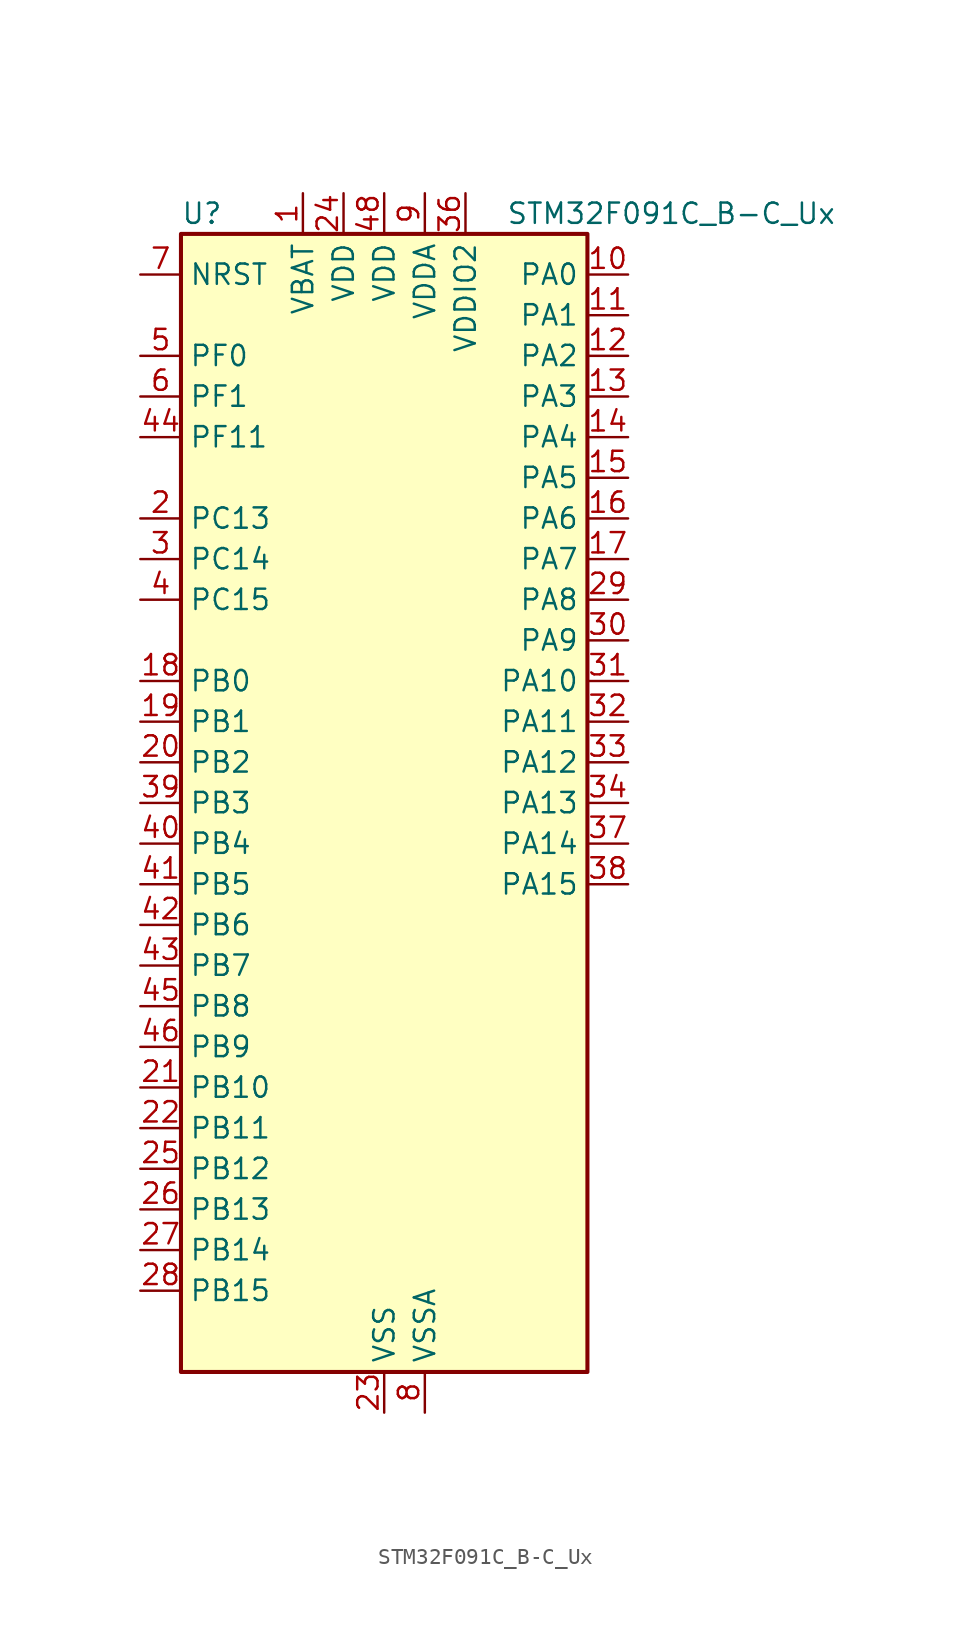
<source format=kicad_sym>
(kicad_symbol_lib
  (version 20231120)
  (generator "kicad_symbol_editor")
  (generator_version "8.0")
  (symbol "STM32F091C_B-C_Ux"
    (property "Reference" "U"
      (at -12.7 36.83 0)
      (effects (font (size 1.27 1.27)) (justify left)))
    (property "Value" "STM32F091C_B-C_Ux"
      (at 7.62 36.83 0)
      (effects (font (size 1.27 1.27)) (justify left)))
    (property "ki_locked" ""
      (at 0 0 0)
      (effects (font (size 1.27 1.27))))
    (symbol "STM32F091C_B-C_Ux_0_1"
      (rectangle (start -12.7 -35.56) (end 12.7 35.56) (stroke (width 0.254) (type default)) (fill (type background))))
    (symbol "STM32F091C_B-C_Ux_1_1"
      (pin power_in line (at -5.08 38.1 270) (length 2.54) (name "VBAT" (effects (font (size 1.27 1.27)))) (number "1" (effects (font (size 1.27 1.27)))))
      (pin bidirectional line (at 15.24 33.02 180) (length 2.54) (name "PA0" (effects (font (size 1.27 1.27)))) (number "10" (effects (font (size 1.27 1.27)))) (alternate "ADC_IN0" bidirectional line) (alternate "COMP1_INM" bidirectional line) (alternate "COMP1_OUT" bidirectional line) (alternate "RTC_TAMP2" bidirectional line) (alternate "SYS_WKUP1" bidirectional line) (alternate "TIM2_CH1" bidirectional line) (alternate "TIM2_ETR" bidirectional line) (alternate "TSC_G1_IO1" bidirectional line) (alternate "USART2_CTS" bidirectional line) (alternate "USART4_TX" bidirectional line))
      (pin bidirectional line (at 15.24 30.48 180) (length 2.54) (name "PA1" (effects (font (size 1.27 1.27)))) (number "11" (effects (font (size 1.27 1.27)))) (alternate "ADC_IN1" bidirectional line) (alternate "COMP1_INP" bidirectional line) (alternate "TIM15_CH1N" bidirectional line) (alternate "TIM2_CH2" bidirectional line) (alternate "TSC_G1_IO2" bidirectional line) (alternate "USART2_DE" bidirectional line) (alternate "USART2_RTS" bidirectional line) (alternate "USART4_RX" bidirectional line))
      (pin bidirectional line (at 15.24 27.94 180) (length 2.54) (name "PA2" (effects (font (size 1.27 1.27)))) (number "12" (effects (font (size 1.27 1.27)))) (alternate "ADC_IN2" bidirectional line) (alternate "COMP2_INM" bidirectional line) (alternate "COMP2_OUT" bidirectional line) (alternate "SYS_WKUP4" bidirectional line) (alternate "TIM15_CH1" bidirectional line) (alternate "TIM2_CH3" bidirectional line) (alternate "TSC_G1_IO3" bidirectional line) (alternate "USART2_TX" bidirectional line))
      (pin bidirectional line (at 15.24 25.4 180) (length 2.54) (name "PA3" (effects (font (size 1.27 1.27)))) (number "13" (effects (font (size 1.27 1.27)))) (alternate "ADC_IN3" bidirectional line) (alternate "COMP2_INP" bidirectional line) (alternate "TIM15_CH2" bidirectional line) (alternate "TIM2_CH4" bidirectional line) (alternate "TSC_G1_IO4" bidirectional line) (alternate "USART2_RX" bidirectional line))
      (pin bidirectional line (at 15.24 22.86 180) (length 2.54) (name "PA4" (effects (font (size 1.27 1.27)))) (number "14" (effects (font (size 1.27 1.27)))) (alternate "ADC_IN4" bidirectional line) (alternate "COMP1_INM" bidirectional line) (alternate "COMP2_INM" bidirectional line) (alternate "DAC_OUT1" bidirectional line) (alternate "I2S1_WS" bidirectional line) (alternate "SPI1_NSS" bidirectional line) (alternate "TIM14_CH1" bidirectional line) (alternate "TSC_G2_IO1" bidirectional line) (alternate "USART2_CK" bidirectional line) (alternate "USART6_TX" bidirectional line))
      (pin bidirectional line (at 15.24 20.32 180) (length 2.54) (name "PA5" (effects (font (size 1.27 1.27)))) (number "15" (effects (font (size 1.27 1.27)))) (alternate "ADC_IN5" bidirectional line) (alternate "CEC" bidirectional line) (alternate "COMP1_INM" bidirectional line) (alternate "COMP2_INM" bidirectional line) (alternate "DAC_OUT2" bidirectional line) (alternate "I2S1_CK" bidirectional line) (alternate "SPI1_SCK" bidirectional line) (alternate "TIM2_CH1" bidirectional line) (alternate "TIM2_ETR" bidirectional line) (alternate "TSC_G2_IO2" bidirectional line) (alternate "USART6_RX" bidirectional line))
      (pin bidirectional line (at 15.24 17.78 180) (length 2.54) (name "PA6" (effects (font (size 1.27 1.27)))) (number "16" (effects (font (size 1.27 1.27)))) (alternate "ADC_IN6" bidirectional line) (alternate "COMP1_OUT" bidirectional line) (alternate "I2S1_MCK" bidirectional line) (alternate "SPI1_MISO" bidirectional line) (alternate "TIM16_CH1" bidirectional line) (alternate "TIM1_BKIN" bidirectional line) (alternate "TIM3_CH1" bidirectional line) (alternate "TSC_G2_IO3" bidirectional line) (alternate "USART3_CTS" bidirectional line))
      (pin bidirectional line (at 15.24 15.24 180) (length 2.54) (name "PA7" (effects (font (size 1.27 1.27)))) (number "17" (effects (font (size 1.27 1.27)))) (alternate "ADC_IN7" bidirectional line) (alternate "COMP2_OUT" bidirectional line) (alternate "I2S1_SD" bidirectional line) (alternate "SPI1_MOSI" bidirectional line) (alternate "TIM14_CH1" bidirectional line) (alternate "TIM17_CH1" bidirectional line) (alternate "TIM1_CH1N" bidirectional line) (alternate "TIM3_CH2" bidirectional line) (alternate "TSC_G2_IO4" bidirectional line))
      (pin bidirectional line (at -15.24 7.62 0) (length 2.54) (name "PB0" (effects (font (size 1.27 1.27)))) (number "18" (effects (font (size 1.27 1.27)))) (alternate "ADC_IN8" bidirectional line) (alternate "TIM1_CH2N" bidirectional line) (alternate "TIM3_CH3" bidirectional line) (alternate "TSC_G3_IO2" bidirectional line) (alternate "USART3_CK" bidirectional line))
      (pin bidirectional line (at -15.24 5.08 0) (length 2.54) (name "PB1" (effects (font (size 1.27 1.27)))) (number "19" (effects (font (size 1.27 1.27)))) (alternate "ADC_IN9" bidirectional line) (alternate "TIM14_CH1" bidirectional line) (alternate "TIM1_CH3N" bidirectional line) (alternate "TIM3_CH4" bidirectional line) (alternate "TSC_G3_IO3" bidirectional line) (alternate "USART3_DE" bidirectional line) (alternate "USART3_RTS" bidirectional line))
      (pin bidirectional line (at -15.24 17.78 0) (length 2.54) (name "PC13" (effects (font (size 1.27 1.27)))) (number "2" (effects (font (size 1.27 1.27)))) (alternate "RTC_OUT_ALARM" bidirectional line) (alternate "RTC_OUT_CALIB" bidirectional line) (alternate "RTC_TAMP1" bidirectional line) (alternate "RTC_TS" bidirectional line) (alternate "SYS_WKUP2" bidirectional line))
      (pin bidirectional line (at -15.24 2.54 0) (length 2.54) (name "PB2" (effects (font (size 1.27 1.27)))) (number "20" (effects (font (size 1.27 1.27)))) (alternate "TSC_G3_IO4" bidirectional line))
      (pin bidirectional line (at -15.24 -17.78 0) (length 2.54) (name "PB10" (effects (font (size 1.27 1.27)))) (number "21" (effects (font (size 1.27 1.27)))) (alternate "CEC" bidirectional line) (alternate "I2C2_SCL" bidirectional line) (alternate "I2S2_CK" bidirectional line) (alternate "SPI2_SCK" bidirectional line) (alternate "TIM2_CH3" bidirectional line) (alternate "TSC_SYNC" bidirectional line) (alternate "USART3_TX" bidirectional line))
      (pin bidirectional line (at -15.24 -20.32 0) (length 2.54) (name "PB11" (effects (font (size 1.27 1.27)))) (number "22" (effects (font (size 1.27 1.27)))) (alternate "I2C2_SDA" bidirectional line) (alternate "TIM2_CH4" bidirectional line) (alternate "TSC_G6_IO1" bidirectional line) (alternate "USART3_RX" bidirectional line))
      (pin power_in line (at 0 -38.1 90) (length 2.54) (name "VSS" (effects (font (size 1.27 1.27)))) (number "23" (effects (font (size 1.27 1.27)))))
      (pin power_in line (at -2.54 38.1 270) (length 2.54) (name "VDD" (effects (font (size 1.27 1.27)))) (number "24" (effects (font (size 1.27 1.27)))))
      (pin bidirectional line (at -15.24 -22.86 0) (length 2.54) (name "PB12" (effects (font (size 1.27 1.27)))) (number "25" (effects (font (size 1.27 1.27)))) (alternate "I2S2_WS" bidirectional line) (alternate "SPI2_NSS" bidirectional line) (alternate "TIM15_BKIN" bidirectional line) (alternate "TIM1_BKIN" bidirectional line) (alternate "TSC_G6_IO2" bidirectional line) (alternate "USART3_CK" bidirectional line))
      (pin bidirectional line (at -15.24 -25.4 0) (length 2.54) (name "PB13" (effects (font (size 1.27 1.27)))) (number "26" (effects (font (size 1.27 1.27)))) (alternate "I2C2_SCL" bidirectional line) (alternate "I2S2_CK" bidirectional line) (alternate "SPI2_SCK" bidirectional line) (alternate "TIM1_CH1N" bidirectional line) (alternate "TSC_G6_IO3" bidirectional line) (alternate "USART3_CTS" bidirectional line))
      (pin bidirectional line (at -15.24 -27.94 0) (length 2.54) (name "PB14" (effects (font (size 1.27 1.27)))) (number "27" (effects (font (size 1.27 1.27)))) (alternate "I2C2_SDA" bidirectional line) (alternate "I2S2_MCK" bidirectional line) (alternate "SPI2_MISO" bidirectional line) (alternate "TIM15_CH1" bidirectional line) (alternate "TIM1_CH2N" bidirectional line) (alternate "TSC_G6_IO4" bidirectional line) (alternate "USART3_DE" bidirectional line) (alternate "USART3_RTS" bidirectional line))
      (pin bidirectional line (at -15.24 -30.48 0) (length 2.54) (name "PB15" (effects (font (size 1.27 1.27)))) (number "28" (effects (font (size 1.27 1.27)))) (alternate "I2S2_SD" bidirectional line) (alternate "RTC_REFIN" bidirectional line) (alternate "SPI2_MOSI" bidirectional line) (alternate "SYS_WKUP7" bidirectional line) (alternate "TIM15_CH1N" bidirectional line) (alternate "TIM15_CH2" bidirectional line) (alternate "TIM1_CH3N" bidirectional line))
      (pin bidirectional line (at 15.24 12.7 180) (length 2.54) (name "PA8" (effects (font (size 1.27 1.27)))) (number "29" (effects (font (size 1.27 1.27)))) (alternate "CRS_SYNC" bidirectional line) (alternate "RCC_MCO" bidirectional line) (alternate "TIM1_CH1" bidirectional line) (alternate "USART1_CK" bidirectional line))
      (pin bidirectional line (at -15.24 15.24 0) (length 2.54) (name "PC14" (effects (font (size 1.27 1.27)))) (number "3" (effects (font (size 1.27 1.27)))) (alternate "RCC_OSC32_IN" bidirectional line))
      (pin bidirectional line (at 15.24 10.16 180) (length 2.54) (name "PA9" (effects (font (size 1.27 1.27)))) (number "30" (effects (font (size 1.27 1.27)))) (alternate "DAC_EXTI9" bidirectional line) (alternate "I2C1_SCL" bidirectional line) (alternate "RCC_MCO" bidirectional line) (alternate "TIM15_BKIN" bidirectional line) (alternate "TIM1_CH2" bidirectional line) (alternate "TSC_G4_IO1" bidirectional line) (alternate "USART1_TX" bidirectional line))
      (pin bidirectional line (at 15.24 7.62 180) (length 2.54) (name "PA10" (effects (font (size 1.27 1.27)))) (number "31" (effects (font (size 1.27 1.27)))) (alternate "I2C1_SDA" bidirectional line) (alternate "TIM17_BKIN" bidirectional line) (alternate "TIM1_CH3" bidirectional line) (alternate "TSC_G4_IO2" bidirectional line) (alternate "USART1_RX" bidirectional line))
      (pin bidirectional line (at 15.24 5.08 180) (length 2.54) (name "PA11" (effects (font (size 1.27 1.27)))) (number "32" (effects (font (size 1.27 1.27)))) (alternate "CAN_RX" bidirectional line) (alternate "COMP1_OUT" bidirectional line) (alternate "I2C2_SCL" bidirectional line) (alternate "TIM1_CH4" bidirectional line) (alternate "TSC_G4_IO3" bidirectional line) (alternate "USART1_CTS" bidirectional line))
      (pin bidirectional line (at 15.24 2.54 180) (length 2.54) (name "PA12" (effects (font (size 1.27 1.27)))) (number "33" (effects (font (size 1.27 1.27)))) (alternate "CAN_TX" bidirectional line) (alternate "COMP2_OUT" bidirectional line) (alternate "I2C2_SDA" bidirectional line) (alternate "TIM1_ETR" bidirectional line) (alternate "TSC_G4_IO4" bidirectional line) (alternate "USART1_DE" bidirectional line) (alternate "USART1_RTS" bidirectional line))
      (pin bidirectional line (at 15.24 0 180) (length 2.54) (name "PA13" (effects (font (size 1.27 1.27)))) (number "34" (effects (font (size 1.27 1.27)))) (alternate "IR_OUT" bidirectional line) (alternate "SYS_SWDIO" bidirectional line))
      (pin passive line (at 0 -38.1 90) (length 2.54) hide (name "VSS" (effects (font (size 1.27 1.27)))) (number "35" (effects (font (size 1.27 1.27)))))
      (pin power_in line (at 5.08 38.1 270) (length 2.54) (name "VDDIO2" (effects (font (size 1.27 1.27)))) (number "36" (effects (font (size 1.27 1.27)))))
      (pin bidirectional line (at 15.24 -2.54 180) (length 2.54) (name "PA14" (effects (font (size 1.27 1.27)))) (number "37" (effects (font (size 1.27 1.27)))) (alternate "SYS_SWCLK" bidirectional line) (alternate "USART2_TX" bidirectional line))
      (pin bidirectional line (at 15.24 -5.08 180) (length 2.54) (name "PA15" (effects (font (size 1.27 1.27)))) (number "38" (effects (font (size 1.27 1.27)))) (alternate "I2S1_WS" bidirectional line) (alternate "SPI1_NSS" bidirectional line) (alternate "TIM2_CH1" bidirectional line) (alternate "TIM2_ETR" bidirectional line) (alternate "USART2_RX" bidirectional line) (alternate "USART4_DE" bidirectional line) (alternate "USART4_RTS" bidirectional line))
      (pin bidirectional line (at -15.24 0 0) (length 2.54) (name "PB3" (effects (font (size 1.27 1.27)))) (number "39" (effects (font (size 1.27 1.27)))) (alternate "I2S1_CK" bidirectional line) (alternate "SPI1_SCK" bidirectional line) (alternate "TIM2_CH2" bidirectional line) (alternate "TSC_G5_IO1" bidirectional line) (alternate "USART5_TX" bidirectional line))
      (pin bidirectional line (at -15.24 12.7 0) (length 2.54) (name "PC15" (effects (font (size 1.27 1.27)))) (number "4" (effects (font (size 1.27 1.27)))) (alternate "RCC_OSC32_OUT" bidirectional line))
      (pin bidirectional line (at -15.24 -2.54 0) (length 2.54) (name "PB4" (effects (font (size 1.27 1.27)))) (number "40" (effects (font (size 1.27 1.27)))) (alternate "I2S1_MCK" bidirectional line) (alternate "SPI1_MISO" bidirectional line) (alternate "TIM17_BKIN" bidirectional line) (alternate "TIM3_CH1" bidirectional line) (alternate "TSC_G5_IO2" bidirectional line) (alternate "USART5_RX" bidirectional line))
      (pin bidirectional line (at -15.24 -5.08 0) (length 2.54) (name "PB5" (effects (font (size 1.27 1.27)))) (number "41" (effects (font (size 1.27 1.27)))) (alternate "I2C1_SMBA" bidirectional line) (alternate "I2S1_SD" bidirectional line) (alternate "SPI1_MOSI" bidirectional line) (alternate "SYS_WKUP6" bidirectional line) (alternate "TIM16_BKIN" bidirectional line) (alternate "TIM3_CH2" bidirectional line) (alternate "USART5_CK" bidirectional line) (alternate "USART5_DE" bidirectional line) (alternate "USART5_RTS" bidirectional line))
      (pin bidirectional line (at -15.24 -7.62 0) (length 2.54) (name "PB6" (effects (font (size 1.27 1.27)))) (number "42" (effects (font (size 1.27 1.27)))) (alternate "I2C1_SCL" bidirectional line) (alternate "TIM16_CH1N" bidirectional line) (alternate "TSC_G5_IO3" bidirectional line) (alternate "USART1_TX" bidirectional line))
      (pin bidirectional line (at -15.24 -10.16 0) (length 2.54) (name "PB7" (effects (font (size 1.27 1.27)))) (number "43" (effects (font (size 1.27 1.27)))) (alternate "I2C1_SDA" bidirectional line) (alternate "TIM17_CH1N" bidirectional line) (alternate "TSC_G5_IO4" bidirectional line) (alternate "USART1_RX" bidirectional line) (alternate "USART4_CTS" bidirectional line))
      (pin bidirectional line (at -15.24 22.86 0) (length 2.54) (name "PF11" (effects (font (size 1.27 1.27)))) (number "44" (effects (font (size 1.27 1.27)))))
      (pin bidirectional line (at -15.24 -12.7 0) (length 2.54) (name "PB8" (effects (font (size 1.27 1.27)))) (number "45" (effects (font (size 1.27 1.27)))) (alternate "CAN_RX" bidirectional line) (alternate "CEC" bidirectional line) (alternate "I2C1_SCL" bidirectional line) (alternate "TIM16_CH1" bidirectional line) (alternate "TSC_SYNC" bidirectional line))
      (pin bidirectional line (at -15.24 -15.24 0) (length 2.54) (name "PB9" (effects (font (size 1.27 1.27)))) (number "46" (effects (font (size 1.27 1.27)))) (alternate "CAN_TX" bidirectional line) (alternate "DAC_EXTI9" bidirectional line) (alternate "I2C1_SDA" bidirectional line) (alternate "I2S2_WS" bidirectional line) (alternate "IR_OUT" bidirectional line) (alternate "SPI2_NSS" bidirectional line) (alternate "TIM17_CH1" bidirectional line))
      (pin passive line (at 0 -38.1 90) (length 2.54) hide (name "VSS" (effects (font (size 1.27 1.27)))) (number "47" (effects (font (size 1.27 1.27)))))
      (pin power_in line (at 0 38.1 270) (length 2.54) (name "VDD" (effects (font (size 1.27 1.27)))) (number "48" (effects (font (size 1.27 1.27)))))
      (pin passive line (at 0 -38.1 90) (length 2.54) hide (name "VSS" (effects (font (size 1.27 1.27)))) (number "49" (effects (font (size 1.27 1.27)))))
      (pin bidirectional line (at -15.24 27.94 0) (length 2.54) (name "PF0" (effects (font (size 1.27 1.27)))) (number "5" (effects (font (size 1.27 1.27)))) (alternate "CRS_SYNC" bidirectional line) (alternate "I2C1_SDA" bidirectional line) (alternate "RCC_OSC_IN" bidirectional line))
      (pin bidirectional line (at -15.24 25.4 0) (length 2.54) (name "PF1" (effects (font (size 1.27 1.27)))) (number "6" (effects (font (size 1.27 1.27)))) (alternate "I2C1_SCL" bidirectional line) (alternate "RCC_OSC_OUT" bidirectional line))
      (pin input line (at -15.24 33.02 0) (length 2.54) (name "NRST" (effects (font (size 1.27 1.27)))) (number "7" (effects (font (size 1.27 1.27)))))
      (pin power_in line (at 2.54 -38.1 90) (length 2.54) (name "VSSA" (effects (font (size 1.27 1.27)))) (number "8" (effects (font (size 1.27 1.27)))))
      (pin power_in line (at 2.54 38.1 270) (length 2.54) (name "VDDA" (effects (font (size 1.27 1.27)))) (number "9" (effects (font (size 1.27 1.27))))))))
</source>
